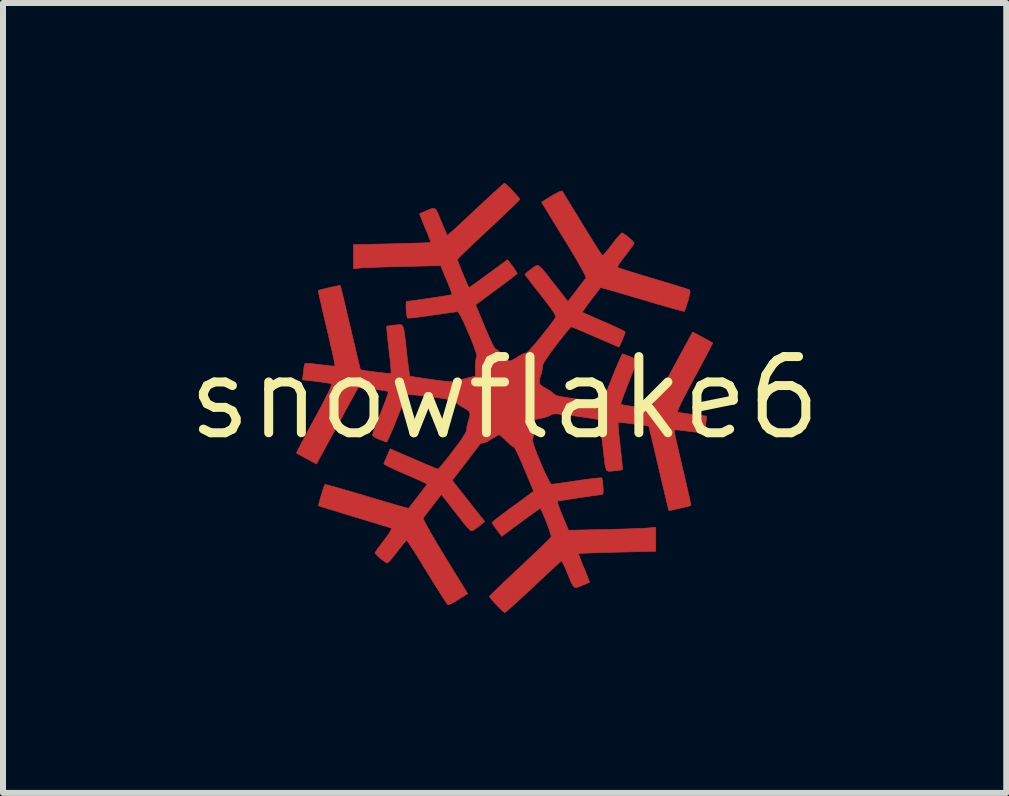
<source format=kicad_pcb>
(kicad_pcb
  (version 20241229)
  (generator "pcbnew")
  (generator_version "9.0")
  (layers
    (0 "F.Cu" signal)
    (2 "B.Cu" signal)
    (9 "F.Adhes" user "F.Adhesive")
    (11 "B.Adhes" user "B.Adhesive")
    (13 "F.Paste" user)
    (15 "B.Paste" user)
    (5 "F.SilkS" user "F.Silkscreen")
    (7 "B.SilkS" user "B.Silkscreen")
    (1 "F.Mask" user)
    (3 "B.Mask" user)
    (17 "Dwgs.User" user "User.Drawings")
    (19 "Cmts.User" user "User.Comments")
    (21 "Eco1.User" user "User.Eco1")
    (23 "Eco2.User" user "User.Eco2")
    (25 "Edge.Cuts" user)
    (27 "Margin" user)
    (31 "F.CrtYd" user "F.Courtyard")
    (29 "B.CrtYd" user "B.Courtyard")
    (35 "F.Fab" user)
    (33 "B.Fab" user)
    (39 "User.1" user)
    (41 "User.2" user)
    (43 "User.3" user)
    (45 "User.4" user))
  (footprint "snowflake6"
    (layer "F.Cu")
    (at 5.359 3.582)
    (property "Reference" "snowflake6" (at 0 0 0) (layer "F.SilkS") (effects (font (size 1.27 1.27) (thickness 0.15))))
    (attr through_hole)
    (fp_poly (pts (xy 0.02 -3.563) (xy 0.061 -3.525) (xy 0.113 -3.474) (xy 0.166 -3.417) (xy 0.213 -3.365) (xy 0.244 -3.325) (xy 0.252 -3.309) (xy 0.237 -3.29) (xy 0.194 -3.247) (xy 0.129 -3.183) (xy 0.043 -3.101) (xy -0.057 -3.006) (xy -0.169 -2.9) (xy -0.192 -2.879) (xy -0.311 -2.768) (xy -0.423 -2.663) (xy -0.524 -2.568) (xy -0.609 -2.487) (xy -0.673 -2.426) (xy -0.711 -2.389) (xy -0.713 -2.387) (xy -0.791 -2.308) (xy -0.698 -2.075) (xy -0.66 -1.984) (xy -0.628 -1.91) (xy -0.604 -1.86) (xy -0.592 -1.842) (xy -0.571 -1.853) (xy -0.523 -1.887) (xy -0.451 -1.937) (xy -0.363 -2.002) (xy -0.265 -2.073) (xy 0.049 -2.305) (xy 0.131 -2.197) (xy 0.172 -2.139) (xy 0.201 -2.095) (xy 0.211 -2.076) (xy 0.195 -2.06) (xy 0.149 -2.024) (xy 0.08 -1.97) (xy -0.009 -1.903) (xy -0.111 -1.827) (xy -0.136 -1.809) (xy -0.483 -1.553) (xy -0.33 -1.184) (xy -0.281 -1.069) (xy -0.236 -0.969) (xy -0.199 -0.89) (xy -0.171 -0.838) (xy -0.156 -0.819) (xy -0.156 -0.819) (xy -0.131 -0.807) (xy -0.087 -0.772) (xy -0.033 -0.72) (xy -0.031 -0.719) (xy 0.023 -0.666) (xy 0.066 -0.629) (xy 0.09 -0.614) (xy 0.09 -0.614) (xy 0.116 -0.624) (xy 0.166 -0.652) (xy 0.223 -0.687) (xy 0.286 -0.724) (xy 0.338 -0.747) (xy 0.365 -0.751) (xy 0.384 -0.765) (xy 0.423 -0.806) (xy 0.478 -0.867) (xy 0.543 -0.944) (xy 0.614 -1.03) (xy 0.684 -1.118) (xy 0.75 -1.203) (xy 0.805 -1.277) (xy 0.845 -1.335) (xy 0.853 -1.348) (xy 0.849 -1.373) (xy 0.82 -1.424) (xy 0.766 -1.503) (xy 0.685 -1.611) (xy 0.605 -1.714) (xy 0.524 -1.816) (xy 0.453 -1.907) (xy 0.396 -1.981) (xy 0.357 -2.033) (xy 0.339 -2.059) (xy 0.339 -2.06) (xy 0.354 -2.077) (xy 0.395 -2.111) (xy 0.446 -2.15) (xy 0.484 -2.179) (xy 0.514 -2.199) (xy 0.54 -2.208) (xy 0.566 -2.203) (xy 0.598 -2.179) (xy 0.64 -2.135) (xy 0.696 -2.067) (xy 0.771 -1.971) (xy 0.843 -1.879) (xy 1.055 -1.609) (xy 1.198 -1.794) (xy 1.257 -1.871) (xy 1.308 -1.937) (xy 1.344 -1.984) (xy 1.358 -2.002) (xy 1.351 -2.026) (xy 1.324 -2.082) (xy 1.277 -2.168) (xy 1.213 -2.28) (xy 1.133 -2.416) (xy 1.039 -2.572) (xy 0.995 -2.643) (xy 0.616 -3.262) (xy 0.73 -3.335) (xy 0.823 -3.391) (xy 0.896 -3.43) (xy 0.943 -3.449) (xy 0.959 -3.448) (xy 0.972 -3.429) (xy 1.003 -3.378) (xy 1.051 -3.299) (xy 1.113 -3.199) (xy 1.186 -3.08) (xy 1.266 -2.948) (xy 1.292 -2.905) (xy 1.375 -2.77) (xy 1.451 -2.648) (xy 1.517 -2.542) (xy 1.571 -2.458) (xy 1.61 -2.4) (xy 1.63 -2.372) (xy 1.632 -2.371) (xy 1.649 -2.386) (xy 1.687 -2.429) (xy 1.738 -2.493) (xy 1.791 -2.561) (xy 1.85 -2.637) (xy 1.902 -2.699) (xy 1.939 -2.739) (xy 1.955 -2.752) (xy 1.983 -2.739) (xy 2.029 -2.706) (xy 2.08 -2.664) (xy 2.126 -2.622) (xy 2.155 -2.59) (xy 2.159 -2.58) (xy 2.147 -2.556) (xy 2.113 -2.507) (xy 2.063 -2.44) (xy 2.013 -2.375) (xy 1.955 -2.3) (xy 1.911 -2.237) (xy 1.885 -2.194) (xy 1.88 -2.177) (xy 1.903 -2.168) (xy 1.962 -2.148) (xy 2.051 -2.119) (xy 2.164 -2.084) (xy 2.297 -2.043) (xy 2.445 -1.999) (xy 2.477 -1.989) (xy 2.627 -1.944) (xy 2.765 -1.903) (xy 2.884 -1.866) (xy 2.98 -1.836) (xy 3.047 -1.815) (xy 3.08 -1.803) (xy 3.082 -1.802) (xy 3.091 -1.779) (xy 3.084 -1.727) (xy 3.062 -1.64) (xy 3.056 -1.621) (xy 3.032 -1.543) (xy 3.011 -1.481) (xy 2.998 -1.447) (xy 2.996 -1.443) (xy 2.974 -1.447) (xy 2.916 -1.461) (xy 2.827 -1.485) (xy 2.712 -1.518) (xy 2.575 -1.557) (xy 2.422 -1.602) (xy 2.296 -1.64) (xy 2.133 -1.688) (xy 1.983 -1.732) (xy 1.852 -1.77) (xy 1.743 -1.801) (xy 1.662 -1.824) (xy 1.613 -1.836) (xy 1.6 -1.839) (xy 1.549 -1.775) (xy 1.492 -1.7) (xy 1.433 -1.623) (xy 1.378 -1.55) (xy 1.334 -1.488) (xy 1.304 -1.445) (xy 1.295 -1.429) (xy 1.316 -1.419) (xy 1.369 -1.395) (xy 1.449 -1.36) (xy 1.548 -1.316) (xy 1.656 -1.269) (xy 1.769 -1.22) (xy 1.867 -1.175) (xy 1.944 -1.138) (xy 1.994 -1.111) (xy 2.011 -1.098) (xy 2.003 -1.071) (xy 1.982 -1.018) (xy 1.959 -0.964) (xy 1.908 -0.847) (xy 1.732 -0.923) (xy 1.558 -0.998) (xy 1.42 -1.058) (xy 1.313 -1.104) (xy 1.233 -1.137) (xy 1.176 -1.161) (xy 1.139 -1.175) (xy 1.117 -1.183) (xy 1.107 -1.184) (xy 1.09 -1.168) (xy 1.051 -1.123) (xy 0.995 -1.055) (xy 0.928 -0.969) (xy 0.857 -0.878) (xy 0.763 -0.752) (xy 0.696 -0.655) (xy 0.652 -0.585) (xy 0.632 -0.54) (xy 0.631 -0.524) (xy 0.627 -0.475) (xy 0.612 -0.408) (xy 0.604 -0.383) (xy 0.58 -0.305) (xy 0.577 -0.253) (xy 0.599 -0.216) (xy 0.65 -0.181) (xy 0.672 -0.169) (xy 0.739 -0.13) (xy 0.795 -0.09) (xy 0.815 -0.072) (xy 0.836 -0.055) (xy 0.869 -0.04) (xy 0.92 -0.027) (xy 0.994 -0.013) (xy 1.099 0.003) (xy 1.234 0.021) (xy 1.365 0.037) (xy 1.476 0.048) (xy 1.56 0.054) (xy 1.613 0.054) (xy 1.628 0.051) (xy 1.641 0.026) (xy 1.666 -0.032) (xy 1.702 -0.116) (xy 1.745 -0.221) (xy 1.793 -0.34) (xy 1.799 -0.355) (xy 1.846 -0.474) (xy 1.89 -0.577) (xy 1.926 -0.659) (xy 1.952 -0.714) (xy 1.966 -0.736) (xy 1.966 -0.736) (xy 1.993 -0.726) (xy 2.045 -0.706) (xy 2.091 -0.689) (xy 2.151 -0.662) (xy 2.192 -0.635) (xy 2.201 -0.62) (xy 2.194 -0.592) (xy 2.173 -0.532) (xy 2.141 -0.447) (xy 2.101 -0.343) (xy 2.064 -0.251) (xy 2.02 -0.139) (xy 1.983 -0.04) (xy 1.955 0.037) (xy 1.939 0.088) (xy 1.936 0.105) (xy 1.959 0.113) (xy 2.014 0.123) (xy 2.091 0.135) (xy 2.179 0.146) (xy 2.268 0.157) (xy 2.348 0.165) (xy 2.409 0.169) (xy 2.441 0.168) (xy 2.443 0.167) (xy 2.455 0.147) (xy 2.484 0.095) (xy 2.528 0.015) (xy 2.583 -0.086) (xy 2.648 -0.205) (xy 2.709 -0.318) (xy 2.785 -0.457) (xy 2.859 -0.593) (xy 2.927 -0.719) (xy 2.986 -0.827) (xy 3.031 -0.909) (xy 3.052 -0.947) (xy 3.135 -1.1) (xy 3.298 -1.012) (xy 3.372 -0.972) (xy 3.43 -0.94) (xy 3.463 -0.921) (xy 3.468 -0.919) (xy 3.46 -0.9) (xy 3.434 -0.848) (xy 3.393 -0.768) (xy 3.338 -0.665) (xy 3.273 -0.542) (xy 3.2 -0.406) (xy 3.167 -0.346) (xy 3.069 -0.163) (xy 2.991 -0.015) (xy 2.935 0.098) (xy 2.899 0.176) (xy 2.883 0.222) (xy 2.885 0.235) (xy 2.915 0.243) (xy 2.978 0.253) (xy 3.063 0.266) (xy 3.139 0.275) (xy 3.367 0.303) (xy 3.353 0.432) (xy 3.344 0.502) (xy 3.333 0.554) (xy 3.326 0.574) (xy 3.301 0.577) (xy 3.243 0.574) (xy 3.161 0.566) (xy 3.074 0.556) (xy 2.978 0.544) (xy 2.899 0.535) (xy 2.845 0.532) (xy 2.826 0.533) (xy 2.828 0.555) (xy 2.839 0.613) (xy 2.858 0.702) (xy 2.884 0.817) (xy 2.915 0.952) (xy 2.95 1.104) (xy 2.964 1.163) (xy 3.001 1.319) (xy 3.034 1.461) (xy 3.062 1.583) (xy 3.084 1.682) (xy 3.099 1.752) (xy 3.105 1.788) (xy 3.105 1.791) (xy 3.084 1.799) (xy 3.032 1.812) (xy 2.964 1.829) (xy 2.888 1.846) (xy 2.818 1.862) (xy 2.764 1.873) (xy 2.739 1.877) (xy 2.738 1.877) (xy 2.732 1.856) (xy 2.718 1.799) (xy 2.697 1.71) (xy 2.669 1.595) (xy 2.637 1.457) (xy 2.6 1.301) (xy 2.57 1.175) (xy 2.531 1.009) (xy 2.495 0.858) (xy 2.464 0.725) (xy 2.438 0.615) (xy 2.418 0.533) (xy 2.406 0.484) (xy 2.403 0.471) (xy 2.381 0.465) (xy 2.327 0.456) (xy 2.251 0.445) (xy 2.163 0.434) (xy 2.073 0.423) (xy 1.992 0.414) (xy 1.929 0.409) (xy 1.895 0.407) (xy 1.892 0.408) (xy 1.891 0.432) (xy 1.895 0.49) (xy 1.902 0.577) (xy 1.913 0.685) (xy 1.927 0.804) (xy 1.941 0.926) (xy 1.952 1.033) (xy 1.96 1.118) (xy 1.965 1.174) (xy 1.965 1.195) (xy 1.942 1.2) (xy 1.889 1.207) (xy 1.826 1.214) (xy 1.78 1.219) (xy 1.746 1.223) (xy 1.72 1.219) (xy 1.701 1.203) (xy 1.686 1.17) (xy 1.674 1.116) (xy 1.663 1.034) (xy 1.65 0.921) (xy 1.634 0.772) (xy 1.632 0.754) (xy 1.617 0.632) (xy 1.604 0.525) (xy 1.592 0.44) (xy 1.583 0.385) (xy 1.578 0.365) (xy 1.555 0.358) (xy 1.496 0.348) (xy 1.409 0.334) (xy 1.301 0.318) (xy 1.186 0.302) (xy 1.048 0.284) (xy 0.946 0.272) (xy 0.874 0.266) (xy 0.826 0.265) (xy 0.796 0.269) (xy 0.778 0.278) (xy 0.774 0.281) (xy 0.738 0.301) (xy 0.675 0.322) (xy 0.615 0.337) (xy 0.487 0.362) (xy 0.487 0.518) (xy 0.484 0.603) (xy 0.475 0.661) (xy 0.464 0.682) (xy 0.462 0.703) (xy 0.476 0.755) (xy 0.501 0.831) (xy 0.536 0.924) (xy 0.578 1.027) (xy 0.622 1.131) (xy 0.666 1.231) (xy 0.708 1.319) (xy 0.743 1.387) (xy 0.77 1.429) (xy 0.782 1.439) (xy 0.812 1.435) (xy 0.878 1.427) (xy 0.971 1.414) (xy 1.084 1.397) (xy 1.21 1.379) (xy 1.212 1.378) (xy 1.337 1.36) (xy 1.446 1.346) (xy 1.534 1.336) (xy 1.593 1.33) (xy 1.617 1.331) (xy 1.617 1.331) (xy 1.628 1.365) (xy 1.636 1.422) (xy 1.641 1.488) (xy 1.643 1.549) (xy 1.64 1.594) (xy 1.634 1.609) (xy 1.603 1.612) (xy 1.541 1.62) (xy 1.455 1.632) (xy 1.353 1.646) (xy 1.244 1.662) (xy 1.136 1.679) (xy 1.037 1.694) (xy 0.955 1.707) (xy 0.898 1.717) (xy 0.874 1.722) (xy 0.874 1.722) (xy 0.879 1.743) (xy 0.898 1.796) (xy 0.927 1.871) (xy 0.964 1.963) (xy 0.966 1.967) (xy 1.065 2.205) (xy 1.66 2.192) (xy 1.822 2.188) (xy 1.977 2.184) (xy 2.118 2.179) (xy 2.238 2.175) (xy 2.33 2.171) (xy 2.386 2.167) (xy 2.387 2.167) (xy 2.519 2.156) (xy 2.519 2.555) (xy 1.879 2.57) (xy 1.719 2.574) (xy 1.573 2.578) (xy 1.446 2.582) (xy 1.344 2.586) (xy 1.272 2.589) (xy 1.236 2.591) (xy 1.232 2.592) (xy 1.236 2.613) (xy 1.253 2.663) (xy 1.28 2.73) (xy 1.28 2.73) (xy 1.317 2.818) (xy 1.355 2.91) (xy 1.377 2.966) (xy 1.418 3.071) (xy 1.328 3.109) (xy 1.256 3.14) (xy 1.205 3.158) (xy 1.169 3.156) (xy 1.141 3.132) (xy 1.113 3.08) (xy 1.078 2.996) (xy 1.057 2.943) (xy 1.019 2.853) (xy 0.986 2.78) (xy 0.961 2.731) (xy 0.948 2.715) (xy 0.929 2.73) (xy 0.883 2.771) (xy 0.815 2.833) (xy 0.728 2.914) (xy 0.626 3.009) (xy 0.513 3.116) (xy 0.478 3.149) (xy 0.362 3.257) (xy 0.256 3.355) (xy 0.163 3.44) (xy 0.088 3.507) (xy 0.034 3.554) (xy 0.006 3.576) (xy 0.003 3.577) (xy -0.019 3.563) (xy -0.062 3.524) (xy -0.117 3.468) (xy -0.135 3.449) (xy -0.19 3.388) (xy -0.231 3.339) (xy -0.251 3.31) (xy -0.252 3.306) (xy -0.237 3.289) (xy -0.194 3.246) (xy -0.127 3.181) (xy -0.041 3.098) (xy 0.062 3.001) (xy 0.178 2.891) (xy 0.258 2.816) (xy 0.381 2.701) (xy 0.494 2.594) (xy 0.592 2.5) (xy 0.674 2.421) (xy 0.734 2.361) (xy 0.769 2.324) (xy 0.777 2.315) (xy 0.773 2.287) (xy 0.756 2.232) (xy 0.731 2.158) (xy 0.7 2.075) (xy 0.667 1.992) (xy 0.636 1.92) (xy 0.611 1.866) (xy 0.595 1.842) (xy 0.593 1.841) (xy 0.573 1.853) (xy 0.525 1.887) (xy 0.453 1.937) (xy 0.365 2.002) (xy 0.266 2.074) (xy -0.049 2.306) (xy -0.13 2.197) (xy -0.172 2.139) (xy -0.201 2.095) (xy -0.211 2.076) (xy -0.194 2.06) (xy -0.149 2.024) (xy -0.079 1.97) (xy 0.009 1.903) (xy 0.112 1.827) (xy 0.137 1.809) (xy 0.484 1.555) (xy 0.33 1.185) (xy 0.281 1.069) (xy 0.237 0.969) (xy 0.199 0.89) (xy 0.171 0.838) (xy 0.156 0.819) (xy 0.155 0.819) (xy 0.131 0.807) (xy 0.087 0.772) (xy 0.033 0.72) (xy 0.031 0.719) (xy -0.023 0.666) (xy -0.066 0.629) (xy -0.09 0.614) (xy -0.09 0.614) (xy -0.116 0.624) (xy -0.166 0.652) (xy -0.224 0.688) (xy -0.287 0.725) (xy -0.337 0.747) (xy -0.362 0.75) (xy -0.391 0.753) (xy -0.409 0.769) (xy -0.43 0.796) (xy -0.471 0.851) (xy -0.529 0.926) (xy -0.598 1.016) (xy -0.653 1.088) (xy -0.872 1.374) (xy -0.602 1.717) (xy -0.331 2.059) (xy -0.393 2.111) (xy -0.45 2.155) (xy -0.503 2.194) (xy -0.505 2.196) (xy -0.524 2.209) (xy -0.541 2.215) (xy -0.56 2.212) (xy -0.584 2.194) (xy -0.618 2.16) (xy -0.664 2.105) (xy -0.728 2.025) (xy -0.812 1.918) (xy -0.86 1.856) (xy -1.054 1.608) (xy -1.197 1.793) (xy -1.257 1.871) (xy -1.308 1.937) (xy -1.343 1.983) (xy -1.357 2.001) (xy -1.351 2.025) (xy -1.324 2.08) (xy -1.278 2.165) (xy -1.215 2.275) (xy -1.138 2.407) (xy -1.047 2.557) (xy -0.995 2.643) (xy -0.616 3.261) (xy -0.726 3.331) (xy -0.818 3.388) (xy -0.881 3.424) (xy -0.921 3.441) (xy -0.945 3.443) (xy -0.951 3.44) (xy -0.966 3.42) (xy -1.001 3.368) (xy -1.052 3.289) (xy -1.115 3.188) (xy -1.19 3.069) (xy -1.271 2.937) (xy -1.294 2.9) (xy -1.376 2.766) (xy -1.452 2.644) (xy -1.518 2.539) (xy -1.572 2.456) (xy -1.61 2.399) (xy -1.63 2.372) (xy -1.632 2.371) (xy -1.649 2.387) (xy -1.686 2.43) (xy -1.737 2.493) (xy -1.79 2.561) (xy -1.849 2.637) (xy -1.9 2.699) (xy -1.938 2.739) (xy -1.954 2.752) (xy -1.982 2.739) (xy -2.027 2.707) (xy -2.079 2.666) (xy -2.125 2.625) (xy -2.154 2.593) (xy -2.159 2.583) (xy -2.147 2.56) (xy -2.114 2.511) (xy -2.064 2.444) (xy -2.01 2.372) (xy -1.941 2.28) (xy -1.9 2.217) (xy -1.885 2.18) (xy -1.89 2.168) (xy -1.917 2.16) (xy -1.979 2.14) (xy -2.071 2.112) (xy -2.187 2.076) (xy -2.323 2.035) (xy -2.472 1.99) (xy -2.507 1.979) (xy -2.657 1.934) (xy -2.793 1.892) (xy -2.911 1.856) (xy -3.004 1.827) (xy -3.069 1.806) (xy -3.099 1.796) (xy -3.101 1.795) (xy -3.098 1.773) (xy -3.085 1.723) (xy -3.066 1.655) (xy -3.044 1.582) (xy -3.022 1.514) (xy -3.005 1.464) (xy -2.995 1.443) (xy -2.973 1.446) (xy -2.915 1.46) (xy -2.826 1.484) (xy -2.711 1.517) (xy -2.574 1.556) (xy -2.421 1.601) (xy -2.295 1.639) (xy -2.132 1.688) (xy -1.983 1.732) (xy -1.852 1.77) (xy -1.743 1.802) (xy -1.662 1.824) (xy -1.613 1.837) (xy -1.6 1.839) (xy -1.537 1.758) (xy -1.471 1.674) (xy -1.409 1.593) (xy -1.355 1.522) (xy -1.314 1.468) (xy -1.293 1.438) (xy -1.291 1.434) (xy -1.31 1.424) (xy -1.361 1.399) (xy -1.439 1.364) (xy -1.538 1.32) (xy -1.651 1.271) (xy -1.765 1.222) (xy -1.864 1.177) (xy -1.942 1.139) (xy -1.993 1.112) (xy -2.011 1.099) (xy -2.003 1.071) (xy -1.982 1.018) (xy -1.959 0.964) (xy -1.908 0.847) (xy -1.732 0.923) (xy -1.558 0.998) (xy -1.42 1.058) (xy -1.313 1.104) (xy -1.233 1.137) (xy -1.176 1.161) (xy -1.139 1.175) (xy -1.117 1.183) (xy -1.107 1.184) (xy -1.09 1.168) (xy -1.051 1.123) (xy -0.995 1.055) (xy -0.928 0.969) (xy -0.857 0.878) (xy -0.763 0.752) (xy -0.696 0.655) (xy -0.652 0.585) (xy -0.632 0.54) (xy -0.631 0.524) (xy -0.627 0.475) (xy -0.612 0.408) (xy -0.604 0.383) (xy -0.58 0.305) (xy -0.577 0.253) (xy -0.599 0.216) (xy -0.65 0.181) (xy -0.672 0.169) (xy -0.739 0.13) (xy -0.795 0.09) (xy -0.815 0.072) (xy -0.836 0.055) (xy -0.869 0.04) (xy -0.92 0.027) (xy -0.994 0.013) (xy -1.099 -0.003) (xy -1.234 -0.021) (xy -1.365 -0.037) (xy -1.476 -0.048) (xy -1.56 -0.054) (xy -1.613 -0.054) (xy -1.628 -0.051) (xy -1.641 -0.026) (xy -1.666 0.032) (xy -1.702 0.116) (xy -1.745 0.221) (xy -1.793 0.34) (xy -1.799 0.355) (xy -1.846 0.474) (xy -1.89 0.577) (xy -1.926 0.659) (xy -1.952 0.714) (xy -1.966 0.736) (xy -1.966 0.736) (xy -1.993 0.726) (xy -2.045 0.706) (xy -2.091 0.689) (xy -2.151 0.662) (xy -2.192 0.635) (xy -2.201 0.62) (xy -2.194 0.592) (xy -2.173 0.532) (xy -2.141 0.447) (xy -2.101 0.343) (xy -2.064 0.251) (xy -2.02 0.139) (xy -1.983 0.04) (xy -1.955 -0.037) (xy -1.939 -0.088) (xy -1.936 -0.105) (xy -1.959 -0.113) (xy -2.014 -0.123) (xy -2.091 -0.135) (xy -2.179 -0.146) (xy -2.268 -0.157) (xy -2.348 -0.165) (xy -2.409 -0.169) (xy -2.441 -0.168) (xy -2.443 -0.167) (xy -2.455 -0.147) (xy -2.484 -0.095) (xy -2.528 -0.015) (xy -2.583 0.086) (xy -2.648 0.205) (xy -2.709 0.318) (xy -2.785 0.457) (xy -2.859 0.593) (xy -2.927 0.719) (xy -2.986 0.827) (xy -3.031 0.909) (xy -3.052 0.947) (xy -3.135 1.1) (xy -3.298 1.012) (xy -3.372 0.972) (xy -3.43 0.94) (xy -3.463 0.921) (xy -3.468 0.919) (xy -3.46 0.9) (xy -3.434 0.848) (xy -3.393 0.768) (xy -3.338 0.665) (xy -3.273 0.542) (xy -3.2 0.406) (xy -3.167 0.346) (xy -3.069 0.164) (xy -2.993 0.018) (xy -2.936 -0.095) (xy -2.9 -0.173) (xy -2.884 -0.22) (xy -2.885 -0.235) (xy -2.915 -0.243) (xy -2.978 -0.254) (xy -3.063 -0.267) (xy -3.139 -0.276) (xy -3.367 -0.303) (xy -3.353 -0.432) (xy -3.344 -0.502) (xy -3.333 -0.554) (xy -3.326 -0.574) (xy -3.301 -0.577) (xy -3.243 -0.574) (xy -3.161 -0.566) (xy -3.074 -0.556) (xy -2.978 -0.544) (xy -2.899 -0.535) (xy -2.845 -0.532) (xy -2.826 -0.533) (xy -2.828 -0.555) (xy -2.839 -0.613) (xy -2.858 -0.702) (xy -2.884 -0.817) (xy -2.914 -0.953) (xy -2.95 -1.104) (xy -2.964 -1.164) (xy -3.001 -1.319) (xy -3.034 -1.461) (xy -3.062 -1.584) (xy -3.084 -1.682) (xy -3.099 -1.752) (xy -3.105 -1.788) (xy -3.105 -1.791) (xy -3.083 -1.799) (xy -3.032 -1.812) (xy -2.963 -1.829) (xy -2.888 -1.847) (xy -2.818 -1.862) (xy -2.764 -1.873) (xy -2.738 -1.877) (xy -2.738 -1.877) (xy -2.732 -1.856) (xy -2.718 -1.799) (xy -2.697 -1.71) (xy -2.669 -1.594) (xy -2.636 -1.456) (xy -2.6 -1.301) (xy -2.57 -1.175) (xy -2.531 -1.009) (xy -2.495 -0.858) (xy -2.464 -0.725) (xy -2.438 -0.615) (xy -2.418 -0.533) (xy -2.406 -0.484) (xy -2.403 -0.471) (xy -2.381 -0.465) (xy -2.327 -0.456) (xy -2.251 -0.445) (xy -2.163 -0.434) (xy -2.073 -0.423) (xy -1.992 -0.414) (xy -1.929 -0.409) (xy -1.895 -0.407) (xy -1.892 -0.408) (xy -1.891 -0.432) (xy -1.895 -0.49) (xy -1.902 -0.577) (xy -1.913 -0.685) (xy -1.927 -0.804) (xy -1.941 -0.926) (xy -1.952 -1.033) (xy -1.96 -1.118) (xy -1.965 -1.174) (xy -1.965 -1.195) (xy -1.942 -1.2) (xy -1.889 -1.207) (xy -1.826 -1.214) (xy -1.78 -1.219) (xy -1.746 -1.223) (xy -1.72 -1.219) (xy -1.701 -1.203) (xy -1.686 -1.17) (xy -1.674 -1.116) (xy -1.663 -1.034) (xy -1.65 -0.921) (xy -1.634 -0.772) (xy -1.632 -0.754) (xy -1.618 -0.632) (xy -1.604 -0.525) (xy -1.593 -0.441) (xy -1.584 -0.385) (xy -1.579 -0.365) (xy -1.556 -0.359) (xy -1.497 -0.349) (xy -1.41 -0.336) (xy -1.302 -0.32) (xy -1.183 -0.303) (xy -1.034 -0.284) (xy -0.924 -0.272) (xy -0.847 -0.267) (xy -0.801 -0.268) (xy -0.783 -0.275) (xy -0.756 -0.292) (xy -0.7 -0.312) (xy -0.628 -0.331) (xy -0.487 -0.363) (xy -0.487 -0.519) (xy -0.484 -0.604) (xy -0.475 -0.661) (xy -0.464 -0.682) (xy -0.462 -0.703) (xy -0.476 -0.755) (xy -0.501 -0.831) (xy -0.536 -0.924) (xy -0.577 -1.026) (xy -0.622 -1.131) (xy -0.666 -1.231) (xy -0.708 -1.318) (xy -0.743 -1.387) (xy -0.77 -1.429) (xy -0.782 -1.438) (xy -0.812 -1.435) (xy -0.878 -1.426) (xy -0.971 -1.413) (xy -1.084 -1.397) (xy -1.21 -1.378) (xy -1.213 -1.378) (xy -1.337 -1.36) (xy -1.446 -1.346) (xy -1.534 -1.336) (xy -1.593 -1.331) (xy -1.617 -1.331) (xy -1.618 -1.331) (xy -1.628 -1.365) (xy -1.636 -1.422) (xy -1.641 -1.488) (xy -1.643 -1.55) (xy -1.64 -1.594) (xy -1.634 -1.609) (xy -1.603 -1.612) (xy -1.541 -1.62) (xy -1.455 -1.632) (xy -1.353 -1.646) (xy -1.244 -1.662) (xy -1.136 -1.679) (xy -1.037 -1.694) (xy -0.955 -1.707) (xy -0.898 -1.717) (xy -0.874 -1.722) (xy -0.874 -1.722) (xy -0.879 -1.743) (xy -0.898 -1.795) (xy -0.927 -1.871) (xy -0.964 -1.963) (xy -0.966 -1.967) (xy -1.065 -2.205) (xy -1.649 -2.192) (xy -1.811 -2.188) (xy -1.966 -2.184) (xy -2.108 -2.179) (xy -2.229 -2.175) (xy -2.321 -2.171) (xy -2.376 -2.168) (xy -2.519 -2.156) (xy -2.519 -2.555) (xy -1.879 -2.569) (xy -1.719 -2.573) (xy -1.573 -2.577) (xy -1.447 -2.581) (xy -1.345 -2.585) (xy -1.273 -2.588) (xy -1.236 -2.591) (xy -1.233 -2.592) (xy -1.236 -2.613) (xy -1.254 -2.663) (xy -1.28 -2.73) (xy -1.317 -2.818) (xy -1.355 -2.91) (xy -1.377 -2.966) (xy -1.418 -3.071) (xy -1.328 -3.109) (xy -1.255 -3.141) (xy -1.204 -3.158) (xy -1.168 -3.157) (xy -1.14 -3.132) (xy -1.112 -3.08) (xy -1.078 -2.996) (xy -1.056 -2.943) (xy -1.019 -2.852) (xy -0.987 -2.778) (xy -0.964 -2.728) (xy -0.953 -2.71) (xy -0.935 -2.724) (xy -0.891 -2.763) (xy -0.823 -2.824) (xy -0.737 -2.904) (xy -0.635 -2.999) (xy -0.522 -3.105) (xy -0.481 -3.143) (xy -0.365 -3.252) (xy -0.258 -3.351) (xy -0.165 -3.437) (xy -0.089 -3.505) (xy -0.035 -3.553) (xy -0.006 -3.576) (xy -0.003 -3.577) (xy 0.02 -3.563)) (stroke (width 0.01) (type solid)) (fill yes) (layer "F.Cu")))
  (gr_rect
    (start -3 -3)
    (end 13.719 10.164)
    (stroke (width 0.1) (type default))
    (fill no)
    (layer "Edge.Cuts")))
</source>
